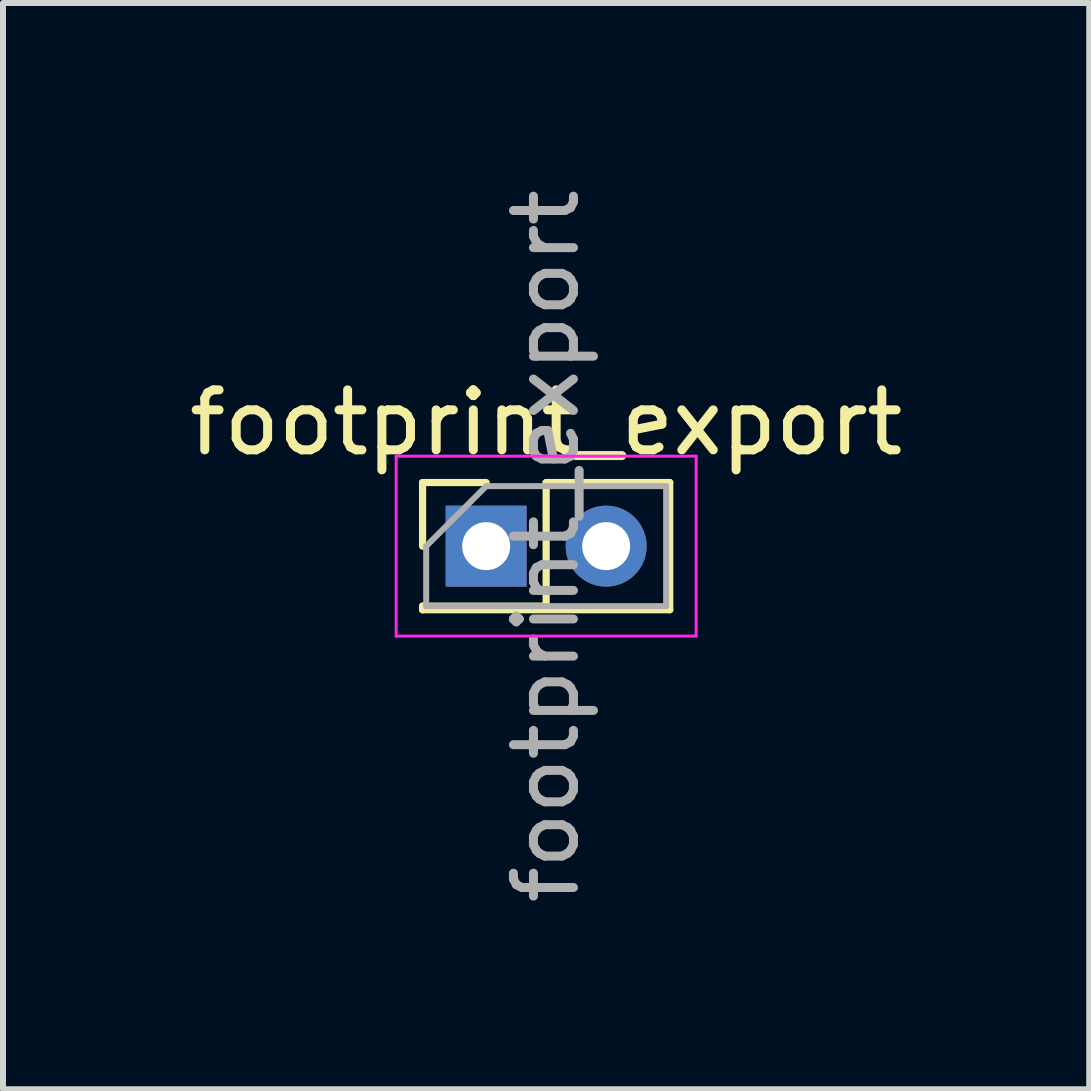
<source format=kicad_pcb>
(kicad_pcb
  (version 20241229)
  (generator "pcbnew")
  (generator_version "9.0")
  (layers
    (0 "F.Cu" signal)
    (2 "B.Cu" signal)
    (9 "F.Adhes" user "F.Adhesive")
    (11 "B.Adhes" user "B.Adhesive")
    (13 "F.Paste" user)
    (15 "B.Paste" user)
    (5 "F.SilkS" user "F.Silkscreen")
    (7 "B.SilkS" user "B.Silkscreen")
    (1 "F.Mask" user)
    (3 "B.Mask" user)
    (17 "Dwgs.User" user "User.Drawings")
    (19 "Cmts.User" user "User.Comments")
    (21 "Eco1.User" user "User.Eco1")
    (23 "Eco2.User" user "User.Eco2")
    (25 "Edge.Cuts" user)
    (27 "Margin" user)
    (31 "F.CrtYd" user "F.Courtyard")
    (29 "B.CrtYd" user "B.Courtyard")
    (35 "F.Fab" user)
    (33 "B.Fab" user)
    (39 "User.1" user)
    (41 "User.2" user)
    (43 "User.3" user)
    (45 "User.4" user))
  (footprint "footprint_export"
    (layer "F.Cu")
    (at 5.054 6.054)
    (property "Reference" "footprint_export" (at 1 -2.06 0) (layer "F.SilkS") (effects (font (size 1 1) (thickness 0.15))))
    (attr through_hole)
    (fp_line (start -1.06 -1.06) (end 0 -1.06) (stroke (width 0.12) (type solid)) (layer "F.SilkS"))
    (fp_line (start -1.06 0) (end -1.06 -1.06) (stroke (width 0.12) (type solid)) (layer "F.SilkS"))
    (fp_line (start -1.06 1) (end -1.06 1.06) (stroke (width 0.12) (type solid)) (layer "F.SilkS"))
    (fp_line (start -1.06 1) (end 1 1) (stroke (width 0.12) (type solid)) (layer "F.SilkS"))
    (fp_line (start -1.06 1.06) (end 3.06 1.06) (stroke (width 0.12) (type solid)) (layer "F.SilkS"))
    (fp_line (start 1 -1.06) (end 3.06 -1.06) (stroke (width 0.12) (type solid)) (layer "F.SilkS"))
    (fp_line (start 1 1) (end 1 -1.06) (stroke (width 0.12) (type solid)) (layer "F.SilkS"))
    (fp_line (start 3.06 -1.06) (end 3.06 1.06) (stroke (width 0.12) (type solid)) (layer "F.SilkS"))
    (fp_line (start -1.5 -1.5) (end -1.5 1.5) (stroke (width 0.05) (type solid)) (layer "F.CrtYd"))
    (fp_line (start -1.5 1.5) (end 3.5 1.5) (stroke (width 0.05) (type solid)) (layer "F.CrtYd"))
    (fp_line (start 3.5 -1.5) (end -1.5 -1.5) (stroke (width 0.05) (type solid)) (layer "F.CrtYd"))
    (fp_line (start 3.5 1.5) (end 3.5 -1.5) (stroke (width 0.05) (type solid)) (layer "F.CrtYd"))
    (fp_line (start -1 0) (end 0 -1) (stroke (width 0.1) (type solid)) (layer "F.Fab"))
    (fp_line (start -1 1) (end -1 0) (stroke (width 0.1) (type solid)) (layer "F.Fab"))
    (fp_line (start 0 -1) (end 3 -1) (stroke (width 0.1) (type solid)) (layer "F.Fab"))
    (fp_line (start 3 -1) (end 3 1) (stroke (width 0.1) (type solid)) (layer "F.Fab"))
    (fp_line (start 3 1) (end -1 1) (stroke (width 0.1) (type solid)) (layer "F.Fab"))
    (fp_text user "${REFERENCE}" (at 1 0 90) (layer "F.Fab") (effects (font (size 1 1) (thickness 0.15))))
    (pad "1" thru_hole rect (at 0 0) (size 1.35 1.35) (drill 0.8) (layers "*.Cu" "*.Mask"))
    (pad "2" thru_hole oval (at 2 0) (size 1.35 1.35) (drill 0.8) (layers "*.Cu" "*.Mask")))
  (gr_rect
    (start -3 -3)
    (end 15.107 15.107)
    (stroke (width 0.1) (type default))
    (fill no)
    (layer "Edge.Cuts")))
</source>
